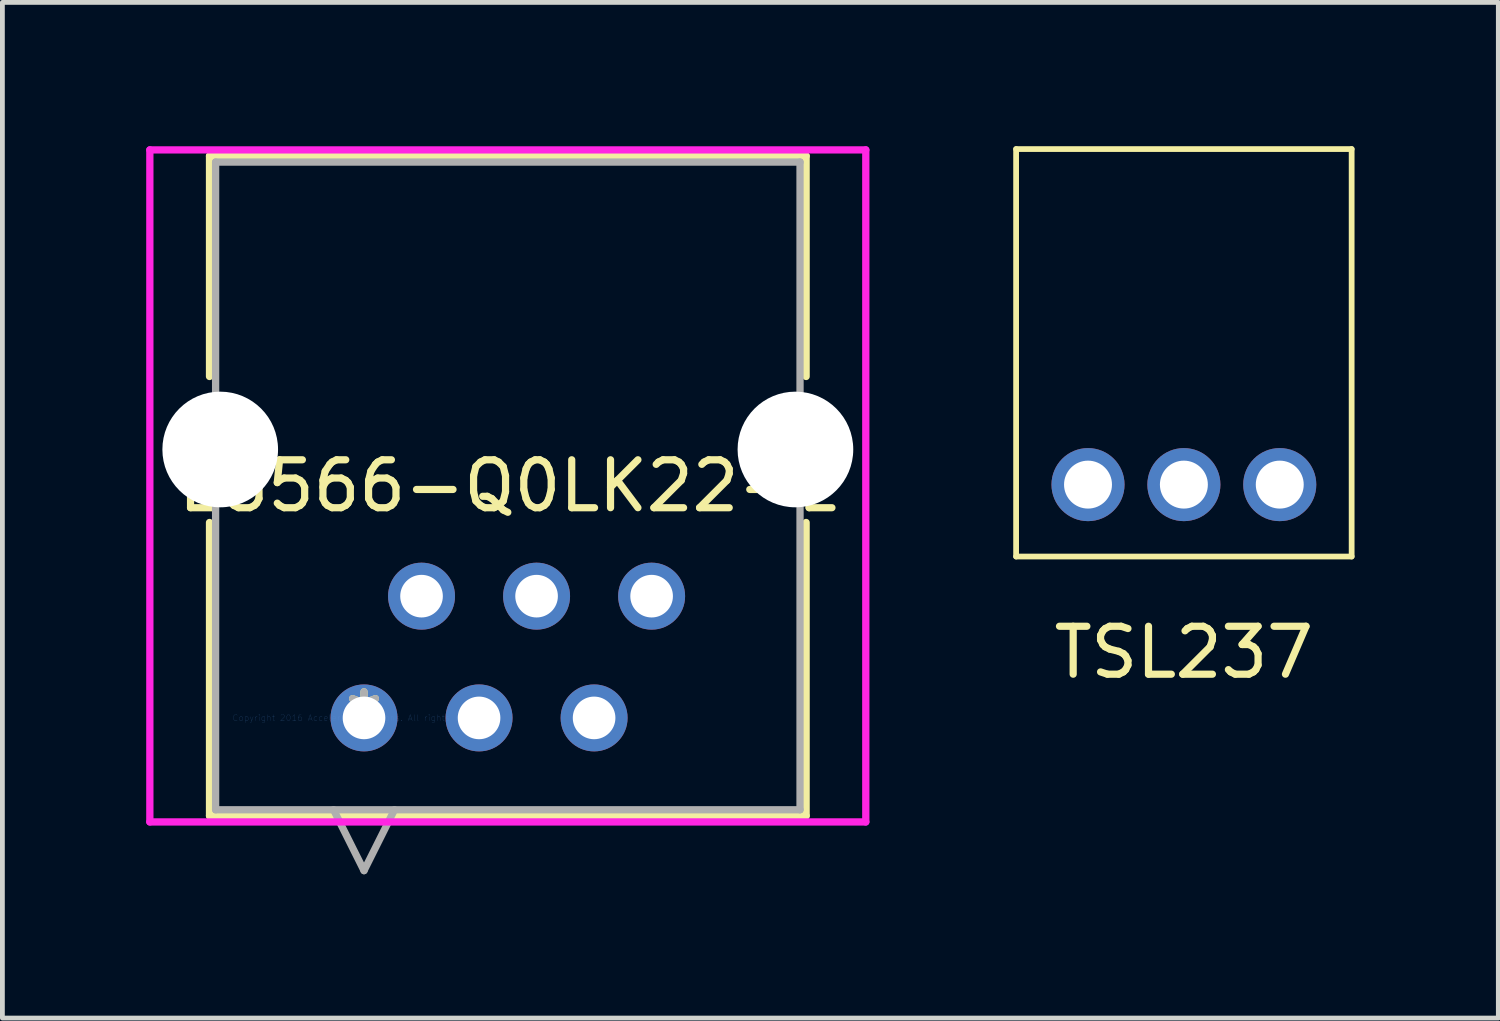
<source format=kicad_pcb>
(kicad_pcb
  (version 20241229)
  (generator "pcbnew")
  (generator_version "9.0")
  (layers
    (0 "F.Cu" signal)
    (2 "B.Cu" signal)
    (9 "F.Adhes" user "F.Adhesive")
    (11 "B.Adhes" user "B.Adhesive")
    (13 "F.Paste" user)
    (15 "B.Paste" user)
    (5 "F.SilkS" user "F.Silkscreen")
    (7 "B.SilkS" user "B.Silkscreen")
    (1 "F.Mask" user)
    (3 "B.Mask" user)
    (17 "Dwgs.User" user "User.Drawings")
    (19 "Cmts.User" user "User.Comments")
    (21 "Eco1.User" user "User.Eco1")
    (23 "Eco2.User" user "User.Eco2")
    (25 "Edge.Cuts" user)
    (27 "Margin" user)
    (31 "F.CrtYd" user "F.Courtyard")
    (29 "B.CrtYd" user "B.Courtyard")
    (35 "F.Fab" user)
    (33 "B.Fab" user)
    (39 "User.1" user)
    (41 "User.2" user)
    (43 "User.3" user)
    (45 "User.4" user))
  (footprint "E5566-Q0LK22-L"
    (layer "F.Cu")
    (at 4.544 11.927)
    (property "Reference" "E5566-Q0LK22-L" (at 3 -4.84 0) (layer "F.SilkS") (effects (font (size 1 1) (thickness 0.15))))
    (attr through_hole)
    (fp_line (start -3.223 -11.723) (end -3.223 -7.123) (stroke (width 0.152) (type solid)) (layer "F.SilkS"))
    (fp_line (start -3.223 -4.077) (end -3.223 2.043) (stroke (width 0.152) (type solid)) (layer "F.SilkS"))
    (fp_line (start -3.223 2.043) (end 9.223 2.043) (stroke (width 0.152) (type solid)) (layer "F.SilkS"))
    (fp_line (start 9.223 -11.723) (end -3.223 -11.723) (stroke (width 0.152) (type solid)) (layer "F.SilkS"))
    (fp_line (start 9.223 -7.123) (end 9.223 -11.723) (stroke (width 0.152) (type solid)) (layer "F.SilkS"))
    (fp_line (start 9.223 2.043) (end 9.223 -4.077) (stroke (width 0.152) (type solid)) (layer "F.SilkS"))
    (fp_line (start -4.468 -11.85) (end -4.468 2.17) (stroke (width 0.152) (type solid)) (layer "F.CrtYd"))
    (fp_line (start -4.468 2.17) (end 10.468 2.17) (stroke (width 0.152) (type solid)) (layer "F.CrtYd"))
    (fp_line (start 10.468 -11.85) (end -4.468 -11.85) (stroke (width 0.152) (type solid)) (layer "F.CrtYd"))
    (fp_line (start 10.468 2.17) (end 10.468 -11.85) (stroke (width 0.152) (type solid)) (layer "F.CrtYd"))
    (fp_line (start -3.096 -11.596) (end -3.096 1.916) (stroke (width 0.152) (type solid)) (layer "F.Fab"))
    (fp_line (start -3.096 1.916) (end 9.096 1.916) (stroke (width 0.152) (type solid)) (layer "F.Fab"))
    (fp_line (start -0.635 1.916) (end 0 3.186) (stroke (width 0.152) (type solid)) (layer "F.Fab"))
    (fp_line (start 0.635 1.916) (end 0 3.186) (stroke (width 0.152) (type solid)) (layer "F.Fab"))
    (fp_line (start 9.096 -11.596) (end -3.096 -11.596) (stroke (width 0.152) (type solid)) (layer "F.Fab"))
    (fp_line (start 9.096 1.916) (end 9.096 -11.596) (stroke (width 0.152) (type solid)) (layer "F.Fab"))
    (fp_text user "*" (at 0 0 0) (layer "F.SilkS") (effects (font (size 1 1) (thickness 0.15))))
    (fp_text user "Copyright 2016 Accelerated Designs. All rights reserved." (at 0 0 0) (layer "Cmts.User") (effects (font (size 0.127 0.127) (thickness 0.002))))
    (fp_text user "*" (at 0 0 0) (layer "F.Fab") (effects (font (size 1 1) (thickness 0.15))))
    (pad "" np_thru_hole circle (at -3 -5.6) (size 2.413 2.413) (drill 2.413) (layers "*.Cu" "*.Mask"))
    (pad "" np_thru_hole circle (at 9 -5.6) (size 2.413 2.413) (drill 2.413) (layers "*.Cu" "*.Mask"))
    (pad "1" thru_hole circle (at 0 0) (size 1.397 1.397) (drill 0.889) (layers "*.Cu" "*.Mask"))
    (pad "2" thru_hole circle (at 1.2 -2.54) (size 1.397 1.397) (drill 0.889) (layers "*.Cu" "*.Mask"))
    (pad "3" thru_hole circle (at 2.4 0) (size 1.397 1.397) (drill 0.889) (layers "*.Cu" "*.Mask"))
    (pad "4" thru_hole circle (at 3.6 -2.54) (size 1.397 1.397) (drill 0.889) (layers "*.Cu" "*.Mask"))
    (pad "5" thru_hole circle (at 4.8 0) (size 1.397 1.397) (drill 0.889) (layers "*.Cu" "*.Mask"))
    (pad "6" thru_hole circle (at 6 -2.54) (size 1.397 1.397) (drill 0.889) (layers "*.Cu" "*.Mask")))
  (footprint "TSL237"
    (layer "F.Cu")
    (at 21.648 10.06)
    (property "Reference" "TSL237" (at 0 0.5 0) (layer "F.SilkS") (effects (font (size 1 1) (thickness 0.15))))
    (attr through_hole)
    (fp_line (start -3.5 -10) (end 3.5 -10) (stroke (width 0.12) (type solid)) (layer "F.SilkS"))
    (fp_line (start -3.5 -1.5) (end -3.5 -10) (stroke (width 0.12) (type solid)) (layer "F.SilkS"))
    (fp_line (start -3.5 -1.5) (end 3.5 -1.5) (stroke (width 0.12) (type solid)) (layer "F.SilkS"))
    (fp_line (start 3.5 -1.5) (end 3.5 -10) (stroke (width 0.12) (type solid)) (layer "F.SilkS"))
    (pad "1" thru_hole circle (at -2 -3) (size 1.524 1.524) (drill 1) (layers "*.Cu" "*.Mask"))
    (pad "2" thru_hole circle (at 0 -3) (size 1.524 1.524) (drill 1) (layers "*.Cu" "*.Mask"))
    (pad "3" thru_hole circle (at 2 -3) (size 1.524 1.524) (drill 1) (layers "*.Cu" "*.Mask")))
  (gr_rect
    (start -3 -3)
    (end 28.208 18.189)
    (stroke (width 0.1) (type default))
    (fill no)
    (layer "Edge.Cuts")))
</source>
